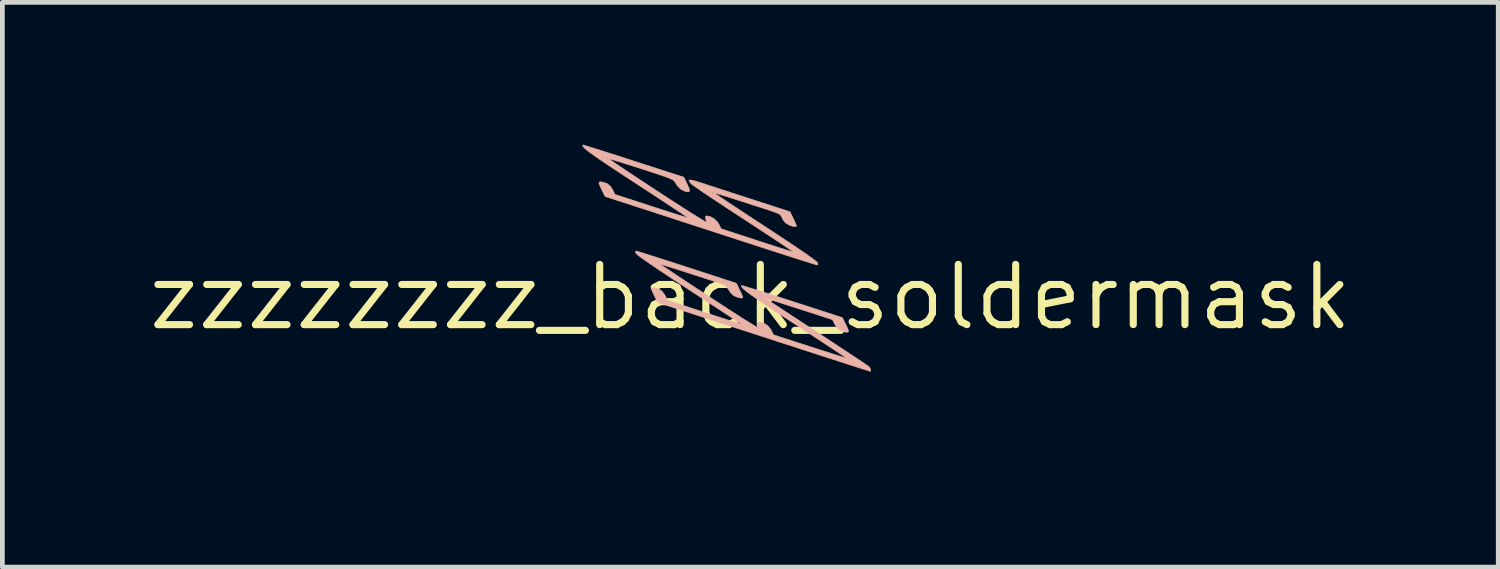
<source format=kicad_pcb>
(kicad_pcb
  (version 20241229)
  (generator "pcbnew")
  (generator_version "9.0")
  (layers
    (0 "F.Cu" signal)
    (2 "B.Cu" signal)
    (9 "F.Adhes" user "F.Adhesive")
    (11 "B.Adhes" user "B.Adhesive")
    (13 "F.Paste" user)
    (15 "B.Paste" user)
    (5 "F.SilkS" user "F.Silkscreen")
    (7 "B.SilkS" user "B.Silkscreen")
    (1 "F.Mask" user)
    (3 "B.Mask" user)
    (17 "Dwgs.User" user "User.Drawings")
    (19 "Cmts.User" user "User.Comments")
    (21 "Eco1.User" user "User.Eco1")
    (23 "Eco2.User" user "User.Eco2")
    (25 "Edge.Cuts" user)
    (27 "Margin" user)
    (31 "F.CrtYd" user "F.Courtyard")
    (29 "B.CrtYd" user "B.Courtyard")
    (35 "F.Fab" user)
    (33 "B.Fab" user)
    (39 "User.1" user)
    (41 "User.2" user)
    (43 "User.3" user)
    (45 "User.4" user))
  (footprint "zzzzzzzz_back_soldermask"
    (layer "F.Cu")
    (at 12.768 3.214)
    (property "Reference" "zzzzzzzz_back_soldermask" (at 0 0 0) (layer "F.SilkS") (effects (font (size 1.27 1.27) (thickness 0.15))))
    (attr through_hole)
    (fp_poly (pts (xy -2.875 -2.065) (xy -2.808 -2.05) (xy -2.708 -2.02) (xy -2.571 -1.977) (xy -2.545 -1.968) (xy -2.429 -1.93) (xy -2.282 -1.882) (xy -2.111 -1.826) (xy -1.926 -1.765) (xy -1.735 -1.703) (xy -1.548 -1.643) (xy -1.481 -1.621) (xy -0.793 -1.398) (xy -0.725 -1.26) (xy -0.684 -1.176) (xy -0.663 -1.123) (xy -0.66 -1.094) (xy -0.674 -1.082) (xy -0.693 -1.08) (xy -0.779 -1.099) (xy -0.863 -1.148) (xy -0.932 -1.217) (xy -0.954 -1.253) (xy -0.982 -1.307) (xy -1.001 -1.343) (xy -1.005 -1.35) (xy -1.027 -1.359) (xy -1.082 -1.378) (xy -1.167 -1.406) (xy -1.275 -1.442) (xy -1.4 -1.483) (xy -1.537 -1.527) (xy -1.68 -1.573) (xy -1.824 -1.619) (xy -1.963 -1.663) (xy -2.091 -1.704) (xy -2.203 -1.739) (xy -2.293 -1.766) (xy -2.355 -1.785) (xy -2.383 -1.792) (xy -2.384 -1.792) (xy -2.368 -1.78) (xy -2.32 -1.748) (xy -2.244 -1.697) (xy -2.144 -1.63) (xy -2.024 -1.55) (xy -1.887 -1.459) (xy -1.737 -1.36) (xy -1.578 -1.255) (xy -1.413 -1.147) (xy -1.247 -1.037) (xy -1.083 -0.929) (xy -0.924 -0.826) (xy -0.775 -0.728) (xy -0.64 -0.64) (xy -0.522 -0.563) (xy -0.424 -0.5) (xy -0.352 -0.454) (xy -0.291 -0.415) (xy -0.326 -0.483) (xy -0.349 -0.544) (xy -0.341 -0.577) (xy -0.3 -0.583) (xy -0.279 -0.579) (xy -0.176 -0.541) (xy -0.102 -0.48) (xy -0.056 -0.409) (xy -0.007 -0.311) (xy 0.764 -0.062) (xy 0.935 -0.006) (xy 1.094 0.045) (xy 1.235 0.09) (xy 1.354 0.128) (xy 1.447 0.157) (xy 1.509 0.176) (xy 1.536 0.184) (xy 1.537 0.184) (xy 1.52 0.172) (xy 1.471 0.139) (xy 1.393 0.087) (xy 1.288 0.017) (xy 1.159 -0.067) (xy 1.01 -0.165) (xy 0.844 -0.274) (xy 0.664 -0.392) (xy 0.471 -0.518) (xy 0.445 -0.535) (xy 0.182 -0.707) (xy -0.045 -0.858) (xy -0.237 -0.986) (xy -0.394 -1.092) (xy -0.516 -1.177) (xy -0.603 -1.241) (xy -0.656 -1.283) (xy -0.674 -1.302) (xy -0.686 -1.343) (xy -0.676 -1.355) (xy -0.652 -1.348) (xy -0.592 -1.33) (xy -0.5 -1.301) (xy -0.379 -1.263) (xy -0.235 -1.217) (xy -0.071 -1.165) (xy 0.11 -1.107) (xy 0.302 -1.045) (xy 0.502 -0.98) (xy 0.706 -0.914) (xy 0.91 -0.847) (xy 1.11 -0.782) (xy 1.181 -0.759) (xy 1.441 -0.673) (xy 1.515 -0.527) (xy 1.551 -0.451) (xy 1.569 -0.404) (xy 1.569 -0.379) (xy 1.556 -0.368) (xy 1.49 -0.364) (xy 1.417 -0.392) (xy 1.345 -0.448) (xy 1.284 -0.525) (xy 1.269 -0.552) (xy 1.242 -0.602) (xy 1.223 -0.632) (xy 1.22 -0.635) (xy 1.199 -0.641) (xy 1.142 -0.659) (xy 1.055 -0.687) (xy 0.941 -0.723) (xy 0.806 -0.767) (xy 0.654 -0.816) (xy 0.528 -0.857) (xy 0.366 -0.909) (xy 0.218 -0.956) (xy 0.088 -0.998) (xy -0.02 -1.031) (xy -0.1 -1.056) (xy -0.149 -1.07) (xy -0.161 -1.073) (xy -0.145 -1.061) (xy -0.096 -1.028) (xy -0.018 -0.976) (xy 0.086 -0.906) (xy 0.214 -0.821) (xy 0.363 -0.723) (xy 0.528 -0.615) (xy 0.708 -0.496) (xy 0.899 -0.371) (xy 0.913 -0.362) (xy 1.159 -0.201) (xy 1.37 -0.061) (xy 1.549 0.059) (xy 1.697 0.159) (xy 1.815 0.241) (xy 1.905 0.305) (xy 1.969 0.354) (xy 2.008 0.388) (xy 2.023 0.405) (xy 2.04 0.446) (xy 2.039 0.464) (xy 2.038 0.464) (xy 2.016 0.457) (xy 1.956 0.439) (xy 1.862 0.408) (xy 1.734 0.367) (xy 1.577 0.317) (xy 1.393 0.257) (xy 1.184 0.19) (xy 0.952 0.115) (xy 0.701 0.033) (xy 0.433 -0.053) (xy 0.151 -0.145) (xy -0.143 -0.24) (xy -0.212 -0.263) (xy -2.445 -0.988) (xy -2.513 -1.113) (xy -2.559 -1.204) (xy -2.58 -1.264) (xy -2.576 -1.297) (xy -2.548 -1.308) (xy -2.514 -1.304) (xy -2.418 -1.267) (xy -2.336 -1.195) (xy -2.286 -1.123) (xy -2.233 -1.034) (xy -1.466 -0.784) (xy -1.295 -0.729) (xy -1.137 -0.678) (xy -0.996 -0.633) (xy -0.878 -0.595) (xy -0.786 -0.566) (xy -0.725 -0.547) (xy -0.699 -0.54) (xy -0.699 -0.54) (xy -0.716 -0.552) (xy -0.765 -0.585) (xy -0.844 -0.638) (xy -0.95 -0.707) (xy -1.078 -0.792) (xy -1.227 -0.889) (xy -1.393 -0.997) (xy -1.572 -1.115) (xy -1.762 -1.238) (xy -1.955 -1.364) (xy -2.137 -1.484) (xy -2.307 -1.596) (xy -2.461 -1.699) (xy -2.596 -1.789) (xy -2.627 -1.81) (xy -2.434 -1.81) (xy -2.424 -1.799) (xy -2.413 -1.81) (xy -2.424 -1.82) (xy -2.434 -1.81) (xy -2.627 -1.81) (xy -2.707 -1.864) (xy -2.793 -1.924) (xy -2.85 -1.964) (xy -2.873 -1.983) (xy -2.908 -2.024) (xy -2.923 -2.052) (xy -2.913 -2.065) (xy -2.875 -2.065)) (stroke (width 0.01) (type solid)) (fill yes) (layer "B.Mask"))
    (fp_poly (pts (xy -1.793 0.161) (xy -1.735 0.177) (xy -1.645 0.205) (xy -1.526 0.242) (xy -1.381 0.287) (xy -1.215 0.34) (xy -1.031 0.399) (xy -0.834 0.463) (xy -0.747 0.491) (xy 0.312 0.833) (xy 0.378 0.967) (xy 0.411 1.037) (xy 0.435 1.092) (xy 0.444 1.122) (xy 0.445 1.122) (xy 0.427 1.14) (xy 0.384 1.142) (xy 0.327 1.13) (xy 0.269 1.106) (xy 0.259 1.101) (xy 0.206 1.055) (xy 0.158 0.991) (xy 0.146 0.969) (xy 0.102 0.878) (xy -0.599 0.652) (xy -0.763 0.599) (xy -0.913 0.551) (xy -1.045 0.509) (xy -1.155 0.474) (xy -1.238 0.449) (xy -1.289 0.433) (xy -1.304 0.43) (xy -1.287 0.442) (xy -1.239 0.474) (xy -1.163 0.525) (xy -1.063 0.591) (xy -0.942 0.671) (xy -0.805 0.762) (xy -0.655 0.86) (xy -0.495 0.965) (xy -0.33 1.073) (xy -0.164 1.182) (xy 0.001 1.289) (xy 0.159 1.392) (xy 0.308 1.489) (xy 0.443 1.577) (xy 0.561 1.653) (xy 0.658 1.716) (xy 0.731 1.762) (xy 0.775 1.79) (xy 0.786 1.796) (xy 0.797 1.789) (xy 0.785 1.761) (xy 0.761 1.699) (xy 0.768 1.664) (xy 0.808 1.656) (xy 0.88 1.674) (xy 0.911 1.685) (xy 0.973 1.72) (xy 1.02 1.771) (xy 1.048 1.821) (xy 1.08 1.878) (xy 1.113 1.914) (xy 1.16 1.94) (xy 1.232 1.966) (xy 1.462 2.04) (xy 1.68 2.111) (xy 1.883 2.177) (xy 2.068 2.236) (xy 2.232 2.288) (xy 2.372 2.332) (xy 2.483 2.367) (xy 2.563 2.391) (xy 2.609 2.404) (xy 2.618 2.406) (xy 2.602 2.393) (xy 2.553 2.36) (xy 2.475 2.307) (xy 2.371 2.238) (xy 2.243 2.153) (xy 2.095 2.055) (xy 1.929 1.946) (xy 1.749 1.828) (xy 1.558 1.703) (xy 1.544 1.694) (xy 1.351 1.568) (xy 1.168 1.447) (xy 0.999 1.335) (xy 0.847 1.232) (xy 0.714 1.143) (xy 0.604 1.067) (xy 0.52 1.008) (xy 0.465 0.968) (xy 0.442 0.949) (xy 0.442 0.948) (xy 0.428 0.909) (xy 0.427 0.891) (xy 0.448 0.894) (xy 0.505 0.909) (xy 0.595 0.935) (xy 0.714 0.971) (xy 0.859 1.015) (xy 1.024 1.067) (xy 1.208 1.125) (xy 1.405 1.189) (xy 1.49 1.216) (xy 2.546 1.558) (xy 2.618 1.7) (xy 2.651 1.771) (xy 2.672 1.829) (xy 2.678 1.861) (xy 2.677 1.864) (xy 2.65 1.874) (xy 2.607 1.871) (xy 2.501 1.827) (xy 2.418 1.754) (xy 2.381 1.693) (xy 2.343 1.608) (xy 1.653 1.383) (xy 1.49 1.33) (xy 1.34 1.281) (xy 1.207 1.238) (xy 1.097 1.201) (xy 1.014 1.173) (xy 0.962 1.155) (xy 0.947 1.15) (xy 0.932 1.148) (xy 0.931 1.15) (xy 0.949 1.163) (xy 0.998 1.197) (xy 1.077 1.25) (xy 1.183 1.32) (xy 1.311 1.406) (xy 1.46 1.504) (xy 1.627 1.614) (xy 1.807 1.732) (xy 1.999 1.858) (xy 2.018 1.87) (xy 2.277 2.04) (xy 2.5 2.188) (xy 2.689 2.315) (xy 2.843 2.42) (xy 2.963 2.504) (xy 3.051 2.567) (xy 3.106 2.611) (xy 3.129 2.635) (xy 3.129 2.635) (xy 3.142 2.674) (xy 3.132 2.687) (xy 3.127 2.687) (xy 3.103 2.68) (xy 3.043 2.662) (xy 2.947 2.632) (xy 2.82 2.591) (xy 2.664 2.541) (xy 2.482 2.483) (xy 2.298 2.424) (xy 2.646 2.424) (xy 2.656 2.434) (xy 2.667 2.424) (xy 2.656 2.413) (xy 2.646 2.424) (xy 2.298 2.424) (xy 2.277 2.417) (xy 2.052 2.344) (xy 1.81 2.266) (xy 1.553 2.183) (xy 1.284 2.095) (xy 1.249 2.084) (xy 0.969 1.993) (xy 0.694 1.904) (xy 0.427 1.817) (xy 0.172 1.735) (xy -0.067 1.657) (xy -0.288 1.585) (xy -0.487 1.521) (xy -0.659 1.465) (xy -0.801 1.419) (xy -0.91 1.384) (xy -0.976 1.363) (xy -1.348 1.244) (xy -1.415 1.108) (xy -1.448 1.038) (xy -1.472 0.983) (xy -1.482 0.953) (xy -1.482 0.952) (xy -1.464 0.935) (xy -1.421 0.932) (xy -1.364 0.944) (xy -1.306 0.968) (xy -1.296 0.974) (xy -1.244 1.019) (xy -1.196 1.084) (xy -1.183 1.107) (xy -1.139 1.198) (xy -0.374 1.444) (xy -0.203 1.499) (xy -0.045 1.55) (xy 0.096 1.595) (xy 0.214 1.632) (xy 0.306 1.661) (xy 0.368 1.679) (xy 0.394 1.687) (xy 0.395 1.687) (xy 0.378 1.675) (xy 0.33 1.641) (xy 0.251 1.589) (xy 0.146 1.52) (xy 0.018 1.435) (xy -0.13 1.338) (xy -0.296 1.229) (xy -0.477 1.111) (xy -0.668 0.986) (xy -0.688 0.973) (xy -0.925 0.818) (xy -1.128 0.684) (xy -1.301 0.57) (xy -1.444 0.473) (xy -1.561 0.393) (xy -1.652 0.327) (xy -1.722 0.275) (xy -1.771 0.234) (xy -1.802 0.203) (xy -1.817 0.18) (xy -1.819 0.163) (xy -1.814 0.156) (xy -1.793 0.161)) (stroke (width 0.01) (type solid)) (fill yes) (layer "B.Mask"))
    (fp_poly (pts (xy -2.385 -0.967) (xy -2.323 -0.949) (xy -2.229 -0.92) (xy -2.107 -0.881) (xy -1.958 -0.834) (xy -1.789 -0.779) (xy -1.601 -0.719) (xy -1.4 -0.654) (xy -1.188 -0.585) (xy -0.97 -0.514) (xy -0.749 -0.442) (xy -0.587 -0.388) (xy -0.295 -0.292) (xy -0.22 -0.144) (xy -0.186 -0.073) (xy -0.164 -0.017) (xy -0.156 0.013) (xy -0.156 0.015) (xy -0.188 0.021) (xy -0.242 0.012) (xy -0.303 -0.009) (xy -0.357 -0.036) (xy -0.369 -0.045) (xy -0.415 -0.093) (xy -0.459 -0.156) (xy -0.466 -0.169) (xy -0.503 -0.226) (xy -0.552 -0.261) (xy -0.608 -0.283) (xy -0.893 -0.375) (xy -1.139 -0.455) (xy -1.348 -0.522) (xy -1.521 -0.578) (xy -1.66 -0.622) (xy -1.765 -0.655) (xy -1.839 -0.677) (xy -1.882 -0.69) (xy -1.896 -0.693) (xy -1.88 -0.681) (xy -1.831 -0.647) (xy -1.753 -0.595) (xy -1.649 -0.526) (xy -1.522 -0.441) (xy -1.374 -0.344) (xy -1.209 -0.235) (xy -1.03 -0.118) (xy -0.845 0.004) (xy -0.618 0.152) (xy -0.424 0.278) (xy -0.261 0.383) (xy -0.128 0.469) (xy -0.021 0.535) (xy 0.061 0.585) (xy 0.12 0.619) (xy 0.158 0.638) (xy 0.178 0.643) (xy 0.181 0.636) (xy 0.18 0.634) (xy 0.154 0.575) (xy 0.155 0.543) (xy 0.184 0.53) (xy 0.206 0.529) (xy 0.29 0.549) (xy 0.369 0.602) (xy 0.433 0.68) (xy 0.446 0.704) (xy 0.49 0.794) (xy 1.255 1.041) (xy 1.427 1.097) (xy 1.585 1.147) (xy 1.725 1.192) (xy 1.844 1.23) (xy 1.936 1.258) (xy 1.998 1.277) (xy 2.024 1.284) (xy 2.025 1.284) (xy 2.009 1.272) (xy 1.96 1.239) (xy 1.881 1.187) (xy 1.777 1.117) (xy 1.648 1.033) (xy 1.5 0.935) (xy 1.334 0.826) (xy 1.154 0.709) (xy 0.962 0.583) (xy 0.943 0.571) (xy 0.706 0.416) (xy 0.502 0.282) (xy 0.33 0.168) (xy 0.186 0.071) (xy 0.07 -0.009) (xy -0.022 -0.074) (xy -0.091 -0.127) (xy -0.14 -0.168) (xy -0.171 -0.199) (xy -0.187 -0.223) (xy -0.188 -0.239) (xy -0.184 -0.247) (xy -0.162 -0.242) (xy -0.105 -0.226) (xy -0.014 -0.198) (xy 0.105 -0.161) (xy 0.25 -0.116) (xy 0.416 -0.063) (xy 0.6 -0.004) (xy 0.797 0.06) (xy 0.884 0.088) (xy 1.942 0.431) (xy 2.008 0.565) (xy 2.041 0.635) (xy 2.065 0.69) (xy 2.074 0.72) (xy 2.074 0.72) (xy 2.057 0.738) (xy 2.013 0.74) (xy 1.956 0.728) (xy 1.898 0.704) (xy 1.889 0.699) (xy 1.836 0.653) (xy 1.788 0.588) (xy 1.776 0.566) (xy 1.732 0.476) (xy 1.031 0.249) (xy 0.867 0.197) (xy 0.717 0.149) (xy 0.585 0.106) (xy 0.475 0.072) (xy 0.392 0.046) (xy 0.341 0.031) (xy 0.326 0.027) (xy 0.343 0.039) (xy 0.392 0.072) (xy 0.47 0.125) (xy 0.575 0.194) (xy 0.703 0.278) (xy 0.851 0.376) (xy 1.017 0.484) (xy 1.197 0.602) (xy 1.387 0.726) (xy 1.394 0.73) (xy 1.586 0.856) (xy 1.769 0.976) (xy 1.939 1.088) (xy 2.092 1.189) (xy 2.226 1.278) (xy 2.337 1.352) (xy 2.422 1.409) (xy 2.479 1.448) (xy 2.502 1.466) (xy 2.529 1.503) (xy 2.54 1.541) (xy 2.533 1.563) (xy 2.524 1.565) (xy 2.502 1.558) (xy 2.443 1.539) (xy 2.348 1.509) (xy 2.221 1.468) (xy 2.064 1.418) (xy 1.88 1.358) (xy 1.671 1.29) (xy 1.439 1.215) (xy 1.188 1.134) (xy 0.921 1.047) (xy 0.638 0.956) (xy 0.344 0.86) (xy 0.277 0.838) (xy -1.954 0.113) (xy -2.025 -0.029) (xy -2.058 -0.1) (xy -2.079 -0.157) (xy -2.085 -0.189) (xy -2.084 -0.191) (xy -2.055 -0.202) (xy -2 -0.194) (xy -1.929 -0.169) (xy -1.9 -0.155) (xy -1.856 -0.119) (xy -1.811 -0.061) (xy -1.793 -0.029) (xy -1.744 0.067) (xy -0.973 0.318) (xy -0.801 0.374) (xy -0.643 0.425) (xy -0.501 0.471) (xy -0.382 0.509) (xy -0.289 0.538) (xy -0.227 0.557) (xy -0.199 0.565) (xy -0.199 0.565) (xy -0.215 0.553) (xy -0.264 0.52) (xy -0.343 0.468) (xy -0.447 0.398) (xy -0.576 0.314) (xy -0.725 0.216) (xy -0.891 0.107) (xy -1.071 -0.011) (xy -1.263 -0.137) (xy -1.29 -0.154) (xy -1.556 -0.328) (xy -1.786 -0.48) (xy -1.979 -0.61) (xy -2.137 -0.717) (xy -2.259 -0.802) (xy -2.345 -0.865) (xy -2.395 -0.906) (xy -2.41 -0.922) (xy -2.423 -0.961) (xy -2.411 -0.974) (xy -2.41 -0.974) (xy -2.385 -0.967)) (stroke (width 0.01) (type solid)) (fill yes) (layer "B.SilkS"))
    (fp_poly (pts (xy -3.509 -3.204) (xy -3.451 -3.187) (xy -3.361 -3.159) (xy -3.242 -3.122) (xy -3.097 -3.076) (xy -2.931 -3.023) (xy -2.748 -2.965) (xy -2.55 -2.901) (xy -2.462 -2.872) (xy -1.401 -2.529) (xy -1.331 -2.386) (xy -1.293 -2.3) (xy -1.28 -2.246) (xy -1.293 -2.22) (xy -1.333 -2.219) (xy -1.386 -2.234) (xy -1.471 -2.277) (xy -1.54 -2.349) (xy -1.589 -2.426) (xy -1.601 -2.443) (xy -1.618 -2.46) (xy -1.645 -2.478) (xy -1.687 -2.497) (xy -1.748 -2.522) (xy -1.831 -2.552) (xy -1.941 -2.589) (xy -2.082 -2.635) (xy -2.259 -2.693) (xy -2.296 -2.705) (xy -2.456 -2.756) (xy -2.603 -2.803) (xy -2.733 -2.844) (xy -2.839 -2.876) (xy -2.919 -2.9) (xy -2.966 -2.912) (xy -2.977 -2.914) (xy -2.961 -2.902) (xy -2.913 -2.868) (xy -2.836 -2.815) (xy -2.732 -2.745) (xy -2.605 -2.66) (xy -2.458 -2.563) (xy -2.294 -2.454) (xy -2.116 -2.337) (xy -1.945 -2.225) (xy -1.758 -2.103) (xy -1.582 -1.989) (xy -1.42 -1.885) (xy -1.276 -1.793) (xy -1.152 -1.716) (xy -1.052 -1.654) (xy -0.978 -1.61) (xy -0.933 -1.585) (xy -0.921 -1.582) (xy -0.946 -1.658) (xy -0.945 -1.702) (xy -0.919 -1.714) (xy -0.838 -1.696) (xy -0.756 -1.648) (xy -0.688 -1.579) (xy -0.661 -1.536) (xy -0.616 -1.442) (xy 0.139 -1.196) (xy 0.309 -1.14) (xy 0.466 -1.09) (xy 0.605 -1.045) (xy 0.723 -1.008) (xy 0.814 -0.98) (xy 0.875 -0.963) (xy 0.9 -0.957) (xy 0.9 -0.957) (xy 0.884 -0.969) (xy 0.836 -1.003) (xy 0.758 -1.055) (xy 0.654 -1.125) (xy 0.527 -1.209) (xy 0.379 -1.306) (xy 0.214 -1.415) (xy 0.036 -1.532) (xy -0.144 -1.649) (xy -0.336 -1.774) (xy -0.517 -1.893) (xy -0.686 -2.005) (xy -0.839 -2.106) (xy -0.972 -2.196) (xy -0.996 -2.212) (xy -0.804 -2.212) (xy -0.794 -2.201) (xy -0.783 -2.212) (xy -0.794 -2.223) (xy -0.804 -2.212) (xy -0.996 -2.212) (xy -1.082 -2.271) (xy -1.167 -2.329) (xy -1.222 -2.368) (xy -1.244 -2.385) (xy -1.281 -2.429) (xy -1.294 -2.457) (xy -1.28 -2.47) (xy -1.237 -2.467) (xy -1.161 -2.448) (xy -1.05 -2.415) (xy -0.979 -2.392) (xy -0.884 -2.36) (xy -0.756 -2.318) (xy -0.602 -2.268) (xy -0.429 -2.212) (xy -0.245 -2.152) (xy -0.057 -2.091) (xy 0.085 -2.045) (xy 0.837 -1.801) (xy 0.905 -1.662) (xy 0.939 -1.591) (xy 0.963 -1.535) (xy 0.974 -1.504) (xy 0.974 -1.502) (xy 0.957 -1.484) (xy 0.909 -1.488) (xy 0.836 -1.512) (xy 0.81 -1.523) (xy 0.74 -1.566) (xy 0.691 -1.628) (xy 0.674 -1.66) (xy 0.663 -1.684) (xy 0.655 -1.703) (xy 0.645 -1.719) (xy 0.631 -1.735) (xy 0.607 -1.75) (xy 0.571 -1.768) (xy 0.519 -1.789) (xy 0.447 -1.814) (xy 0.351 -1.847) (xy 0.228 -1.887) (xy 0.073 -1.936) (xy -0.115 -1.997) (xy -0.221 -2.031) (xy -0.362 -2.076) (xy -0.49 -2.117) (xy -0.598 -2.15) (xy -0.682 -2.175) (xy -0.736 -2.191) (xy -0.755 -2.195) (xy -0.739 -2.182) (xy -0.69 -2.149) (xy -0.612 -2.096) (xy -0.508 -2.026) (xy -0.38 -1.942) (xy -0.232 -1.844) (xy -0.067 -1.735) (xy 0.113 -1.617) (xy 0.304 -1.492) (xy 0.315 -1.485) (xy 0.578 -1.312) (xy 0.805 -1.162) (xy 0.996 -1.034) (xy 1.152 -0.928) (xy 1.271 -0.844) (xy 1.355 -0.782) (xy 1.403 -0.743) (xy 1.415 -0.729) (xy 1.428 -0.692) (xy 1.417 -0.68) (xy 1.402 -0.679) (xy 1.376 -0.686) (xy 1.313 -0.705) (xy 1.217 -0.735) (xy 1.092 -0.774) (xy 0.94 -0.822) (xy 0.767 -0.878) (xy 0.574 -0.94) (xy 0.367 -1.007) (xy 0.148 -1.078) (xy 0.138 -1.081) (xy -0.122 -1.166) (xy -0.401 -1.257) (xy -0.692 -1.351) (xy -0.986 -1.447) (xy -1.276 -1.541) (xy -1.552 -1.631) (xy -1.806 -1.714) (xy -2.031 -1.787) (xy -2.076 -1.802) (xy -3.063 -2.122) (xy -3.129 -2.257) (xy -3.17 -2.342) (xy -3.19 -2.395) (xy -3.189 -2.423) (xy -3.168 -2.432) (xy -3.125 -2.428) (xy -3.12 -2.427) (xy -3.02 -2.396) (xy -2.946 -2.335) (xy -2.897 -2.257) (xy -2.853 -2.166) (xy -2.09 -1.918) (xy -1.919 -1.863) (xy -1.762 -1.812) (xy -1.621 -1.767) (xy -1.503 -1.73) (xy -1.411 -1.702) (xy -1.349 -1.683) (xy -1.323 -1.677) (xy -1.322 -1.677) (xy -1.338 -1.689) (xy -1.387 -1.722) (xy -1.465 -1.775) (xy -1.57 -1.844) (xy -1.698 -1.929) (xy -1.846 -2.027) (xy -2.012 -2.136) (xy -2.192 -2.254) (xy -2.384 -2.379) (xy -2.403 -2.392) (xy -2.641 -2.547) (xy -2.844 -2.681) (xy -3.017 -2.795) (xy -3.16 -2.892) (xy -3.218 -2.932) (xy -3.027 -2.932) (xy -3.016 -2.921) (xy -3.006 -2.932) (xy -3.016 -2.942) (xy -3.027 -2.932) (xy -3.218 -2.932) (xy -3.276 -2.972) (xy -3.368 -3.038) (xy -3.437 -3.09) (xy -3.486 -3.131) (xy -3.517 -3.162) (xy -3.532 -3.185) (xy -3.534 -3.201) (xy -3.529 -3.209) (xy -3.509 -3.204)) (stroke (width 0.01) (type solid)) (fill yes) (layer "B.SilkS")))
  (gr_rect
    (start -3 -3)
    (end 28.536 8.906)
    (stroke (width 0.1) (type default))
    (fill no)
    (layer "Edge.Cuts")))
</source>
